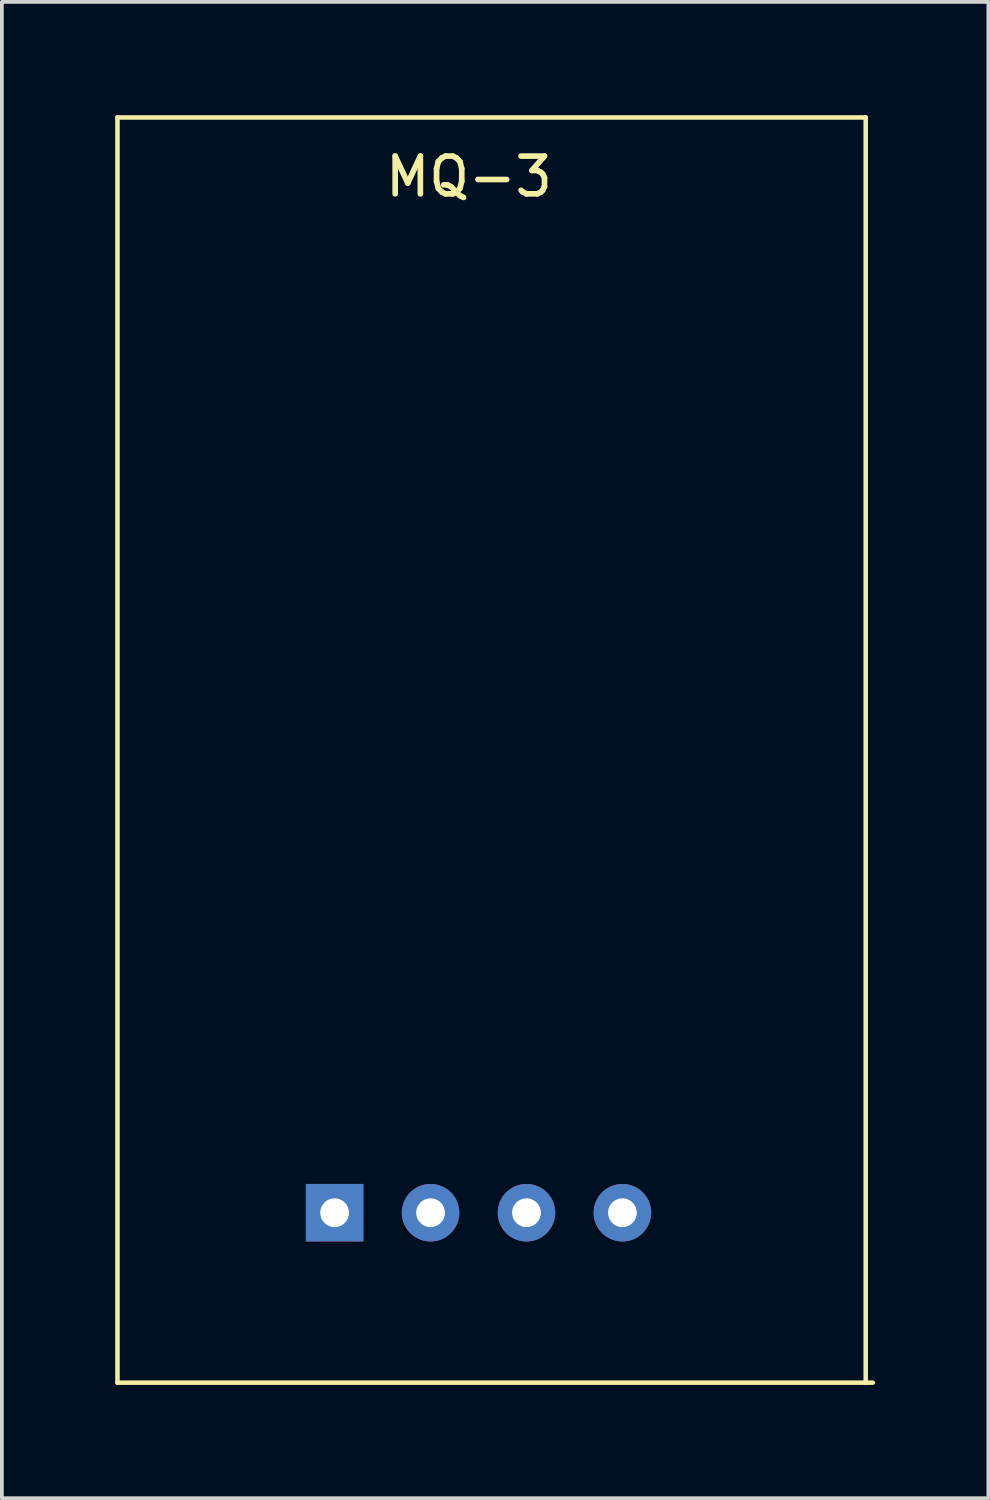
<source format=kicad_pcb>
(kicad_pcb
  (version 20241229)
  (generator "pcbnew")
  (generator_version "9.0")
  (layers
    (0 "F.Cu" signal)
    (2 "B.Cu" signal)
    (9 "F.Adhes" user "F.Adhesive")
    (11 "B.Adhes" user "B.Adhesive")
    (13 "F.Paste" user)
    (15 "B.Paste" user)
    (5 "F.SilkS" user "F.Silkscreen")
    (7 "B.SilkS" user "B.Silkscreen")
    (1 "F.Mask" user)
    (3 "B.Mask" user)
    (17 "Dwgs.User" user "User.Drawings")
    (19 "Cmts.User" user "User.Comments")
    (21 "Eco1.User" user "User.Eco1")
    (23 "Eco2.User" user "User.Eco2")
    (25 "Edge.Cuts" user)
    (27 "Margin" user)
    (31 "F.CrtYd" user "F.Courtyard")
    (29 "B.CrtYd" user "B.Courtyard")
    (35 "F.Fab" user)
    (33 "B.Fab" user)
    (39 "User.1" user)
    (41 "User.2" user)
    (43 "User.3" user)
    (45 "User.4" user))
  (footprint "MQ-3"
    (layer "F.Cu")
    (at 5.81 29.06)
    (property "Reference" "MQ-3" (at 3.556 -27.432 0) (layer "F.SilkS") (effects (font (size 1 1) (thickness 0.15))))
    (attr through_hole)
    (fp_line (start -5.75 -29) (end 14.062 -29) (stroke (width 0.12) (type solid)) (layer "F.SilkS"))
    (fp_line (start -5.75 4.5) (end -5.75 -29) (stroke (width 0.12) (type solid)) (layer "F.SilkS"))
    (fp_line (start -5.75 4.5) (end 14.25 4.5) (stroke (width 0.12) (type solid)) (layer "F.SilkS"))
    (fp_line (start 14.062 4.5) (end 14.062 -29) (stroke (width 0.12) (type solid)) (layer "F.SilkS"))
    (pad "1" thru_hole rect (at 0 0) (size 1.524 1.524) (drill 0.762) (layers "*.Cu" "*.Mask"))
    (pad "2" thru_hole circle (at 2.54 0) (size 1.524 1.524) (drill 0.762) (layers "*.Cu" "*.Mask"))
    (pad "3" thru_hole circle (at 5.08 0) (size 1.524 1.524) (drill 0.762) (layers "*.Cu" "*.Mask"))
    (pad "4" thru_hole circle (at 7.62 0) (size 1.524 1.524) (drill 0.762) (layers "*.Cu" "*.Mask")))
  (gr_rect
    (start -3 -3)
    (end 23.12 36.62)
    (stroke (width 0.1) (type default))
    (fill no)
    (layer "Edge.Cuts")))
</source>
